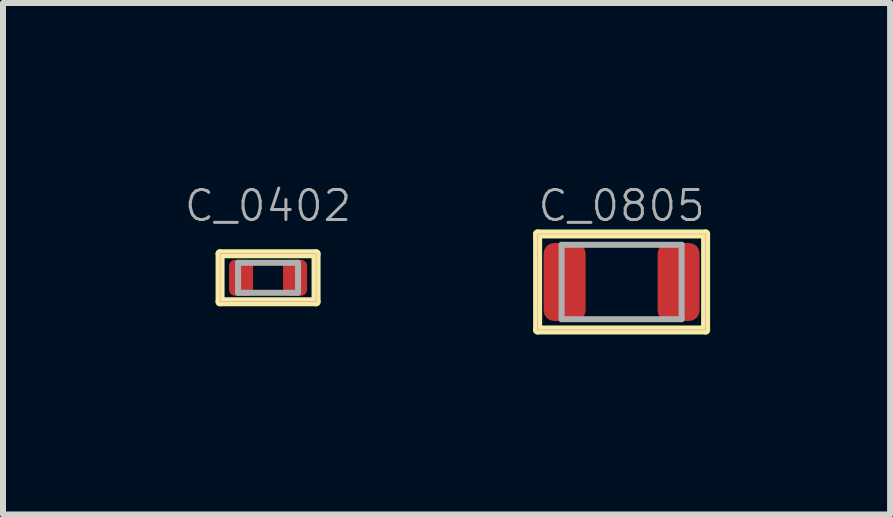
<source format=kicad_pcb>
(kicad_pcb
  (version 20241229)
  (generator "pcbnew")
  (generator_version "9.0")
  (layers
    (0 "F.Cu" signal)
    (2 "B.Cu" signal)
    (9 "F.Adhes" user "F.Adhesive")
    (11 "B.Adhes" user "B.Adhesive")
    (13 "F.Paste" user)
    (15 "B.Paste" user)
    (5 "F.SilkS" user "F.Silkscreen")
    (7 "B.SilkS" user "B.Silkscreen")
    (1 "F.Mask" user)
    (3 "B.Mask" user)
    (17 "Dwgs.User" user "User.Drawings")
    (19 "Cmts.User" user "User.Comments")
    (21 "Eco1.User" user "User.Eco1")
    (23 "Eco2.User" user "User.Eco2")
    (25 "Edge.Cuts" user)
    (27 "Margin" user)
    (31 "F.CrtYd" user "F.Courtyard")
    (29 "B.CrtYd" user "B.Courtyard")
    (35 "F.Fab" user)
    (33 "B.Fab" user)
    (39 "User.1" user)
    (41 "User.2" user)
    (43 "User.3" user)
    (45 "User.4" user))
  (footprint "C_0402"
    (layer "F.Cu")
    (at 1.418 1.58)
    (property "Reference" "C_0402" (at 0 -1.2 0) (layer "F.Fab") (effects (font (size 0.5 0.5) (thickness 0.05))))
    (attr smd)
    (fp_line (start -0.8 -0.4) (end -0.8 0.4) (stroke (width 0.15) (type solid)) (layer "F.SilkS"))
    (fp_line (start -0.8 0.4) (end 0.8 0.4) (stroke (width 0.15) (type solid)) (layer "F.SilkS"))
    (fp_line (start 0.8 -0.4) (end -0.8 -0.4) (stroke (width 0.15) (type solid)) (layer "F.SilkS"))
    (fp_line (start 0.8 0.4) (end 0.8 -0.4) (stroke (width 0.15) (type solid)) (layer "F.SilkS"))
    (fp_rect (start -0.8 -0.4) (end 0.8 0.4) (stroke (width 0.005) (type solid)) (fill no) (layer "F.CrtYd"))
    (fp_line (start -0.5 -0.25) (end 0.5 -0.25) (stroke (width 0.1) (type solid)) (layer "F.Fab"))
    (fp_line (start -0.5 0.25) (end -0.5 -0.25) (stroke (width 0.1) (type solid)) (layer "F.Fab"))
    (fp_line (start 0.5 -0.25) (end 0.5 0.25) (stroke (width 0.1) (type solid)) (layer "F.Fab"))
    (fp_line (start 0.5 0.25) (end -0.5 0.25) (stroke (width 0.1) (type solid)) (layer "F.Fab"))
    (pad "1" smd roundrect (at -0.45 0) (size 0.4 0.6) (layers "F.Cu" "F.Mask" "F.Paste") (roundrect_rratio 0.25))
    (pad "2" smd roundrect (at 0.45 0) (size 0.4 0.6) (layers "F.Cu" "F.Mask" "F.Paste") (roundrect_rratio 0.25)))
  (footprint "C_0805"
    (layer "F.Cu")
    (at 7.311 1.65)
    (property "Reference" "C_0805" (at 0 -1.27 0) (layer "F.Fab") (effects (font (size 0.5 0.5) (thickness 0.05))))
    (attr smd)
    (fp_line (start -1.4 -0.8) (end -1.4 0.8) (stroke (width 0.15) (type solid)) (layer "F.SilkS"))
    (fp_line (start -1.4 0.8) (end 1.4 0.8) (stroke (width 0.15) (type solid)) (layer "F.SilkS"))
    (fp_line (start 1.4 -0.8) (end -1.4 -0.8) (stroke (width 0.15) (type solid)) (layer "F.SilkS"))
    (fp_line (start 1.4 0.8) (end 1.4 -0.8) (stroke (width 0.15) (type solid)) (layer "F.SilkS"))
    (fp_rect (start -1.4 -0.8) (end 1.4 0.8) (stroke (width 0.005) (type solid)) (fill no) (layer "F.CrtYd"))
    (fp_line (start -1 -0.62) (end 1 -0.62) (stroke (width 0.1) (type solid)) (layer "F.Fab"))
    (fp_line (start -1 0.62) (end -1 -0.62) (stroke (width 0.1) (type solid)) (layer "F.Fab"))
    (fp_line (start 1 -0.62) (end 1 0.62) (stroke (width 0.1) (type solid)) (layer "F.Fab"))
    (fp_line (start 1 0.62) (end -1 0.62) (stroke (width 0.1) (type solid)) (layer "F.Fab"))
    (pad "1" smd roundrect (at -0.95 0) (size 0.7 1.3) (layers "F.Cu" "F.Mask" "F.Paste") (roundrect_rratio 0.25))
    (pad "2" smd roundrect (at 0.95 0) (size 0.7 1.3) (layers "F.Cu" "F.Mask" "F.Paste") (roundrect_rratio 0.25)))
  (gr_rect
    (start -3 -3)
    (end 11.786 5.525)
    (stroke (width 0.1) (type default))
    (fill no)
    (layer "Edge.Cuts")))
</source>
